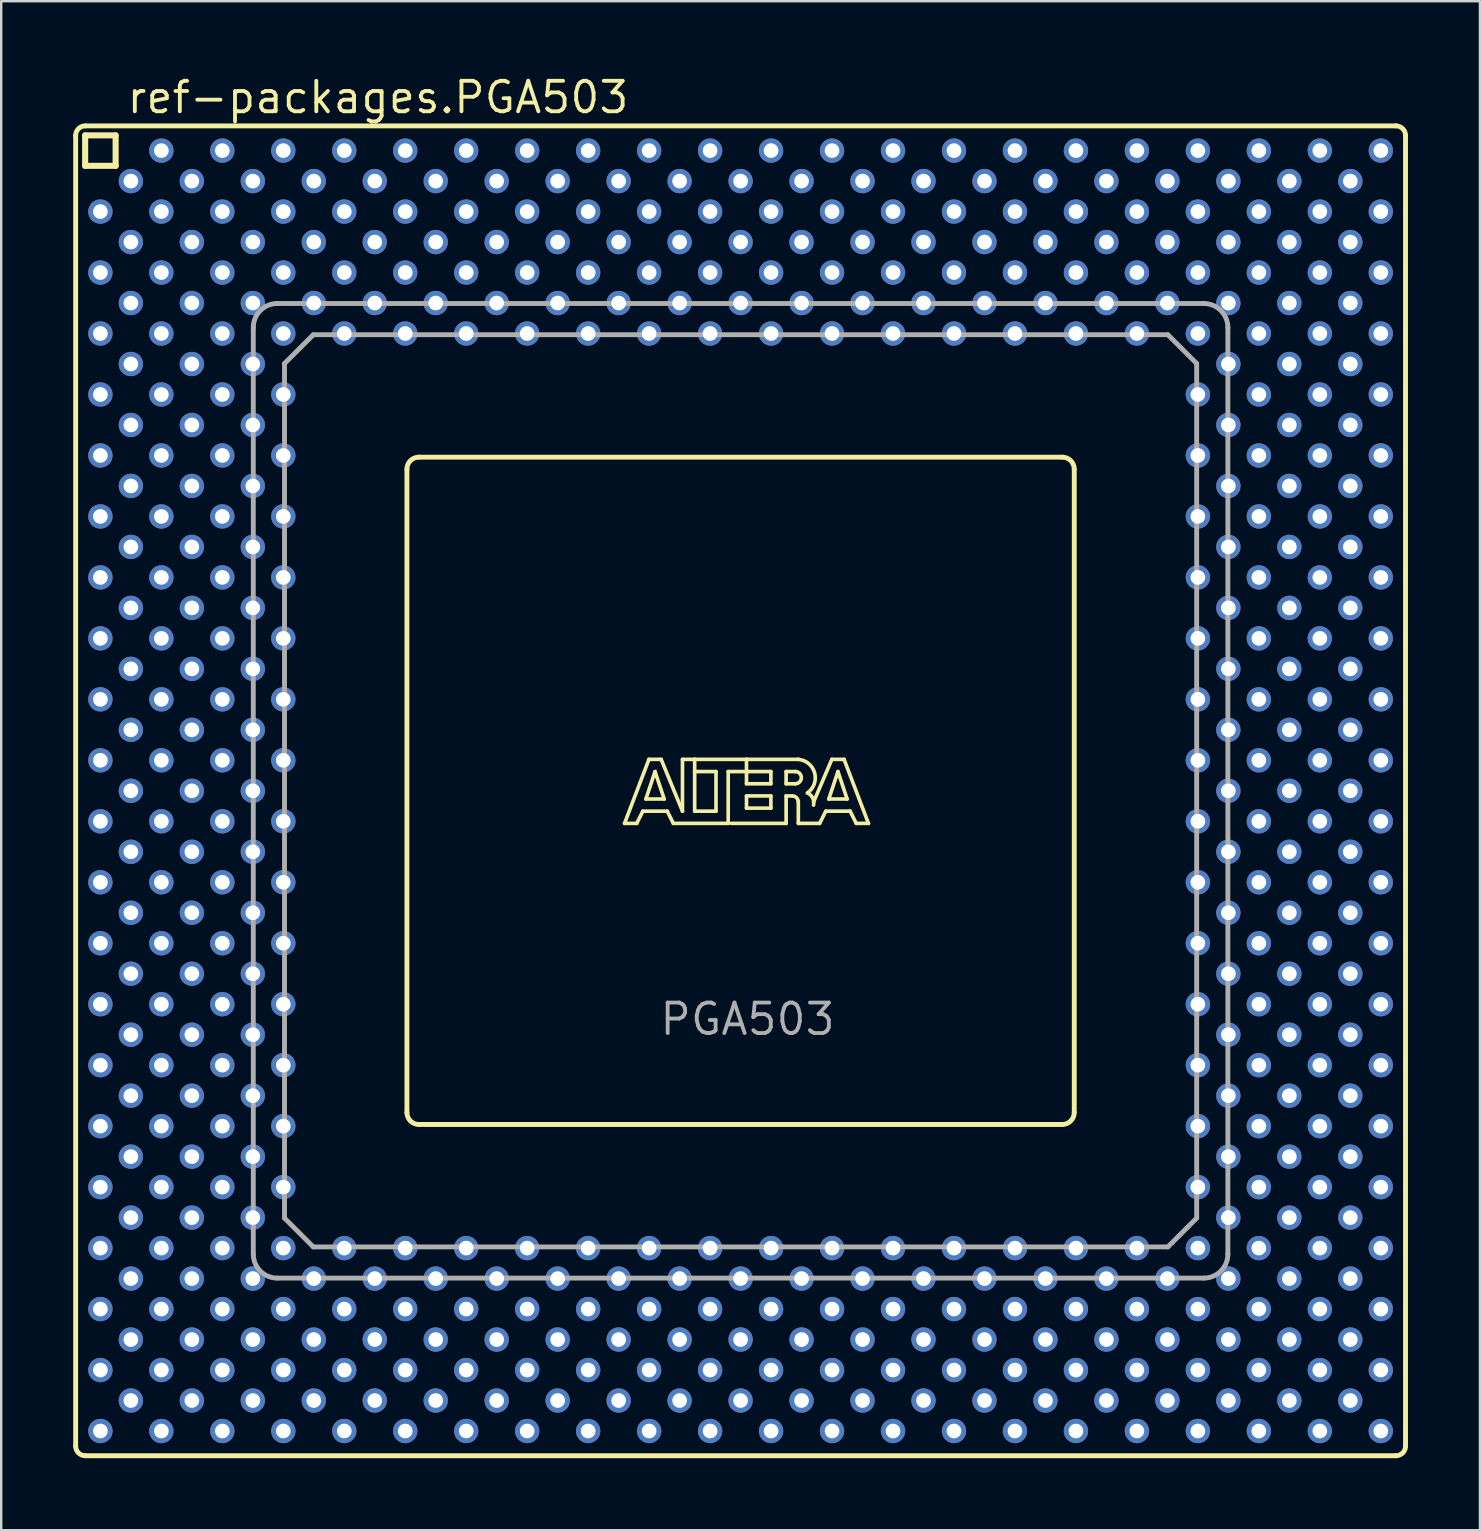
<source format=kicad_pcb>
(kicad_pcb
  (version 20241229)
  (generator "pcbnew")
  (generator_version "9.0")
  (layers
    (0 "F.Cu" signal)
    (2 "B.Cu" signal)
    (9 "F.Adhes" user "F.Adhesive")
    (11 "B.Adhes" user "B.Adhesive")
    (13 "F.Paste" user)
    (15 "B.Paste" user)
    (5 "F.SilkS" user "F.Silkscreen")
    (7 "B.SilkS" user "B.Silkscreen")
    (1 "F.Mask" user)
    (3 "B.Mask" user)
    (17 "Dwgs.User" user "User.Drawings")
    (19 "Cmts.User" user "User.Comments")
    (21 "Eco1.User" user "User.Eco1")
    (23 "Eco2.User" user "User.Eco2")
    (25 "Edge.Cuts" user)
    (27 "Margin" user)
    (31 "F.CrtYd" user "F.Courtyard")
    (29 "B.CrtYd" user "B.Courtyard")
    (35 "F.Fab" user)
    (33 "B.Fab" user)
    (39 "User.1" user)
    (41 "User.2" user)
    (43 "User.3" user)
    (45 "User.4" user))
  (footprint "ref-packages.PGA503"
    (layer "F.Cu")
    (at 27.802 29.894)
    (property "Reference" "ref-packages.PGA503" (at -25.643 -28.144 0) (layer "F.SilkS") (effects (font (size 1.27 1.27) (thickness 0.16)) (justify left bottom)))
    (attr through_hole)
    (fp_line (start -27.7 -27.3) (end -27.7 27.3) (stroke (width 0.203) (type default)) (layer "F.SilkS"))
    (fp_line (start -27.305 -27.305) (end -27.305 -26.035) (stroke (width 0.254) (type default)) (layer "F.SilkS"))
    (fp_line (start -27.305 -26.035) (end -26.035 -26.035) (stroke (width 0.254) (type default)) (layer "F.SilkS"))
    (fp_line (start -27.3 27.7) (end 27.3 27.7) (stroke (width 0.203) (type default)) (layer "F.SilkS"))
    (fp_line (start -26.035 -27.305) (end -27.305 -27.305) (stroke (width 0.254) (type default)) (layer "F.SilkS"))
    (fp_line (start -26.035 -26.035) (end -26.035 -27.305) (stroke (width 0.254) (type default)) (layer "F.SilkS"))
    (fp_line (start -13.9 -13.4) (end -13.9 13.4) (stroke (width 0.203) (type default)) (layer "F.SilkS"))
    (fp_line (start -13.4 13.9) (end 13.4 13.9) (stroke (width 0.203) (type default)) (layer "F.SilkS"))
    (fp_line (start -4.834 1.357) (end -3.818 -1.31) (stroke (width 0.152) (type default)) (layer "F.SilkS"))
    (fp_line (start -4.326 1.357) (end -4.834 1.357) (stroke (width 0.152) (type default)) (layer "F.SilkS"))
    (fp_line (start -4.072 0.849) (end -4.326 1.357) (stroke (width 0.152) (type default)) (layer "F.SilkS"))
    (fp_line (start -3.945 0.341) (end -3.183 0.341) (stroke (width 0.152) (type default)) (layer "F.SilkS"))
    (fp_line (start -3.818 -1.31) (end -3.31 -1.31) (stroke (width 0.152) (type default)) (layer "F.SilkS"))
    (fp_line (start -3.564 -0.802) (end -3.945 0.341) (stroke (width 0.152) (type default)) (layer "F.SilkS"))
    (fp_line (start -3.31 -1.31) (end -2.421 0.849) (stroke (width 0.152) (type default)) (layer "F.SilkS"))
    (fp_line (start -3.183 0.341) (end -3.564 -0.802) (stroke (width 0.152) (type default)) (layer "F.SilkS"))
    (fp_line (start -3.056 0.849) (end -4.072 0.849) (stroke (width 0.152) (type default)) (layer "F.SilkS"))
    (fp_line (start -2.802 1.357) (end -3.056 0.849) (stroke (width 0.152) (type default)) (layer "F.SilkS"))
    (fp_line (start -2.421 -1.31) (end -1.913 -1.31) (stroke (width 0.152) (type default)) (layer "F.SilkS"))
    (fp_line (start -2.421 0.849) (end -2.421 -1.31) (stroke (width 0.152) (type default)) (layer "F.SilkS"))
    (fp_line (start -1.913 -1.31) (end -1.913 -0.802) (stroke (width 0.152) (type default)) (layer "F.SilkS"))
    (fp_line (start -1.913 -1.31) (end 0.246 -1.31) (stroke (width 0.152) (type default)) (layer "F.SilkS"))
    (fp_line (start -1.913 -0.802) (end -1.913 0.849) (stroke (width 0.152) (type default)) (layer "F.SilkS"))
    (fp_line (start -1.913 0.849) (end -1.024 0.849) (stroke (width 0.152) (type default)) (layer "F.SilkS"))
    (fp_line (start -1.024 -0.802) (end -1.913 -0.802) (stroke (width 0.152) (type default)) (layer "F.SilkS"))
    (fp_line (start -1.024 0.849) (end -1.024 -0.802) (stroke (width 0.152) (type default)) (layer "F.SilkS"))
    (fp_line (start -0.516 -0.802) (end -0.516 1.357) (stroke (width 0.152) (type default)) (layer "F.SilkS"))
    (fp_line (start -0.516 1.357) (end -2.802 1.357) (stroke (width 0.152) (type default)) (layer "F.SilkS"))
    (fp_line (start 0.246 -1.31) (end 0.246 -0.802) (stroke (width 0.152) (type default)) (layer "F.SilkS"))
    (fp_line (start 0.246 -1.31) (end 2.405 -1.31) (stroke (width 0.152) (type default)) (layer "F.SilkS"))
    (fp_line (start 0.246 -0.802) (end -0.516 -0.802) (stroke (width 0.152) (type default)) (layer "F.SilkS"))
    (fp_line (start 0.246 -0.802) (end 0.246 -0.294) (stroke (width 0.152) (type default)) (layer "F.SilkS"))
    (fp_line (start 0.246 -0.294) (end 1.262 -0.294) (stroke (width 0.152) (type default)) (layer "F.SilkS"))
    (fp_line (start 0.246 0.214) (end 1.262 0.214) (stroke (width 0.152) (type default)) (layer "F.SilkS"))
    (fp_line (start 0.246 0.722) (end 0.246 0.214) (stroke (width 0.152) (type default)) (layer "F.SilkS"))
    (fp_line (start 1.262 -0.802) (end 0.246 -0.802) (stroke (width 0.152) (type default)) (layer "F.SilkS"))
    (fp_line (start 1.262 -0.294) (end 1.262 -0.802) (stroke (width 0.152) (type default)) (layer "F.SilkS"))
    (fp_line (start 1.262 0.214) (end 1.262 0.722) (stroke (width 0.152) (type default)) (layer "F.SilkS"))
    (fp_line (start 1.262 0.722) (end 0.246 0.722) (stroke (width 0.152) (type default)) (layer "F.SilkS"))
    (fp_line (start 1.897 -0.802) (end 1.897 -0.294) (stroke (width 0.152) (type default)) (layer "F.SilkS"))
    (fp_line (start 1.897 -0.294) (end 2.278 -0.294) (stroke (width 0.152) (type default)) (layer "F.SilkS"))
    (fp_line (start 1.897 0.214) (end 1.897 1.357) (stroke (width 0.152) (type default)) (layer "F.SilkS"))
    (fp_line (start 1.897 0.214) (end 2.151 0.214) (stroke (width 0.152) (type default)) (layer "F.SilkS"))
    (fp_line (start 1.897 1.357) (end -0.389 1.357) (stroke (width 0.152) (type default)) (layer "F.SilkS"))
    (fp_line (start 2.278 -0.802) (end 1.897 -0.802) (stroke (width 0.152) (type default)) (layer "F.SilkS"))
    (fp_line (start 2.405 0.468) (end 2.405 1.357) (stroke (width 0.152) (type default)) (layer "F.SilkS"))
    (fp_line (start 2.405 1.357) (end 3.294 1.357) (stroke (width 0.152) (type default)) (layer "F.SilkS"))
    (fp_line (start 3.294 1.357) (end 3.548 0.849) (stroke (width 0.152) (type default)) (layer "F.SilkS"))
    (fp_line (start 3.548 0.849) (end 4.564 0.849) (stroke (width 0.152) (type default)) (layer "F.SilkS"))
    (fp_line (start 3.675 0.341) (end 4.056 -0.802) (stroke (width 0.152) (type default)) (layer "F.SilkS"))
    (fp_line (start 3.802 -1.31) (end 3.04 0.468) (stroke (width 0.152) (type default)) (layer "F.SilkS"))
    (fp_line (start 4.056 -0.802) (end 4.437 0.341) (stroke (width 0.152) (type default)) (layer "F.SilkS"))
    (fp_line (start 4.31 -1.31) (end 3.802 -1.31) (stroke (width 0.152) (type default)) (layer "F.SilkS"))
    (fp_line (start 4.437 0.341) (end 3.675 0.341) (stroke (width 0.152) (type default)) (layer "F.SilkS"))
    (fp_line (start 4.564 0.849) (end 4.818 1.357) (stroke (width 0.152) (type default)) (layer "F.SilkS"))
    (fp_line (start 4.818 1.357) (end 5.326 1.357) (stroke (width 0.152) (type default)) (layer "F.SilkS"))
    (fp_line (start 5.326 1.357) (end 4.31 -1.31) (stroke (width 0.152) (type default)) (layer "F.SilkS"))
    (fp_line (start 13.4 -13.9) (end -13.4 -13.9) (stroke (width 0.203) (type default)) (layer "F.SilkS"))
    (fp_line (start 13.9 13.4) (end 13.9 -13.4) (stroke (width 0.203) (type default)) (layer "F.SilkS"))
    (fp_line (start 27.3 -27.7) (end -27.3 -27.7) (stroke (width 0.203) (type default)) (layer "F.SilkS"))
    (fp_line (start 27.7 27.3) (end 27.7 -27.3) (stroke (width 0.203) (type default)) (layer "F.SilkS"))
    (fp_arc (start -27.7 -27.3) (mid -27.582813 -27.582913) (end -27.2999 -27.7001) (stroke (width 0.2032) (type default)) (layer "F.SilkS"))
    (fp_arc (start -27.2999 27.7001) (mid -27.582813 27.582913) (end -27.7 27.3) (stroke (width 0.2032) (type default)) (layer "F.SilkS"))
    (fp_arc (start -13.9 -13.4) (mid -13.753607 -13.753624) (end -13.4001 -13.9003) (stroke (width 0.2032) (type default)) (layer "F.SilkS"))
    (fp_arc (start -13.4001 13.9) (mid -13.753589 13.753518) (end -13.9 13.4) (stroke (width 0.2032) (type default)) (layer "F.SilkS"))
    (fp_arc (start 2.151 0.214) (mid 2.330605 0.288395) (end 2.405 0.468) (stroke (width 0.1524) (type default)) (layer "F.SilkS"))
    (fp_arc (start 2.278 -0.802) (mid 2.532 -0.548) (end 2.278 -0.294) (stroke (width 0.1524) (type default)) (layer "F.SilkS"))
    (fp_arc (start 2.405 -1.31) (mid 3.084953 -0.74477) (end 2.7861 0.0874) (stroke (width 0.1524) (type default)) (layer "F.SilkS"))
    (fp_arc (start 2.7861 0.0871) (mid 3.002081 0.296587) (end 3.0398 0.5951) (stroke (width 0.1524) (type default)) (layer "F.SilkS"))
    (fp_arc (start 13.4 -13.9) (mid 13.753624 -13.753607) (end 13.9003 -13.4001) (stroke (width 0.2032) (type default)) (layer "F.SilkS"))
    (fp_arc (start 13.9 13.4001) (mid 13.753518 13.753589) (end 13.4 13.9) (stroke (width 0.2032) (type default)) (layer "F.SilkS"))
    (fp_arc (start 27.3 -27.7) (mid 27.582913 -27.582813) (end 27.7001 -27.2999) (stroke (width 0.2032) (type default)) (layer "F.SilkS"))
    (fp_arc (start 27.7001 27.2999) (mid 27.582913 27.582813) (end 27.3 27.7) (stroke (width 0.2032) (type default)) (layer "F.SilkS"))
    (fp_line (start -20.3 -19.3) (end -20.3 19.3) (stroke (width 0.203) (type default)) (layer "F.Fab"))
    (fp_line (start -19.3 20.3) (end 19.3 20.3) (stroke (width 0.203) (type default)) (layer "F.Fab"))
    (fp_line (start -19 -17.8) (end -19 17.8) (stroke (width 0.203) (type default)) (layer "F.Fab"))
    (fp_line (start -19 -17.8) (end -17.8 -19) (stroke (width 0.203) (type default)) (layer "F.Fab"))
    (fp_line (start -17.8 19) (end -19 17.8) (stroke (width 0.203) (type default)) (layer "F.Fab"))
    (fp_line (start -17.8 19) (end 17.8 19) (stroke (width 0.203) (type default)) (layer "F.Fab"))
    (fp_line (start 17.8 -19) (end -17.8 -19) (stroke (width 0.203) (type default)) (layer "F.Fab"))
    (fp_line (start 17.8 -19) (end 19 -17.8) (stroke (width 0.203) (type default)) (layer "F.Fab"))
    (fp_line (start 19 17.8) (end 17.8 19) (stroke (width 0.203) (type default)) (layer "F.Fab"))
    (fp_line (start 19 17.8) (end 19 -17.8) (stroke (width 0.203) (type default)) (layer "F.Fab"))
    (fp_line (start 19.3 -20.3) (end -19.3 -20.3) (stroke (width 0.203) (type default)) (layer "F.Fab"))
    (fp_line (start 20.3 19.3) (end 20.3 -19.3) (stroke (width 0.203) (type default)) (layer "F.Fab"))
    (fp_arc (start -20.3 -19.3) (mid -20.007107 -20.007107) (end -19.3 -20.3) (stroke (width 0.2032) (type default)) (layer "F.Fab"))
    (fp_arc (start -19.3 20.3) (mid -20.007107 20.007107) (end -20.3 19.3) (stroke (width 0.2032) (type default)) (layer "F.Fab"))
    (fp_arc (start 19.3 -20.3) (mid 20.007107 -20.007107) (end 20.3 -19.3) (stroke (width 0.2032) (type default)) (layer "F.Fab"))
    (fp_arc (start 20.3 19.3) (mid 20.007107 20.007107) (end 19.3 20.3) (stroke (width 0.2032) (type default)) (layer "F.Fab"))
    (fp_text user "PGA503" (at -3.445 10.255 0) (layer "F.Fab") (effects (font (size 1.27 1.27) (thickness 0.16)) (justify left bottom)))
    (pad "A3" thru_hole circle (at -24.13 -26.67) (size 1.016 1.016) (drill 0.61) (layers "*.Cu" "*.Mask"))
    (pad "A5" thru_hole circle (at -21.59 -26.67) (size 1.016 1.016) (drill 0.61) (layers "*.Cu" "*.Mask"))
    (pad "A7" thru_hole circle (at -19.05 -26.67) (size 1.016 1.016) (drill 0.61) (layers "*.Cu" "*.Mask"))
    (pad "A9" thru_hole circle (at -16.51 -26.67) (size 1.016 1.016) (drill 0.61) (layers "*.Cu" "*.Mask"))
    (pad "A11" thru_hole circle (at -13.97 -26.67) (size 1.016 1.016) (drill 0.61) (layers "*.Cu" "*.Mask"))
    (pad "A13" thru_hole circle (at -11.43 -26.67) (size 1.016 1.016) (drill 0.61) (layers "*.Cu" "*.Mask"))
    (pad "A15" thru_hole circle (at -8.89 -26.67) (size 1.016 1.016) (drill 0.61) (layers "*.Cu" "*.Mask"))
    (pad "A17" thru_hole circle (at -6.35 -26.67) (size 1.016 1.016) (drill 0.61) (layers "*.Cu" "*.Mask"))
    (pad "A19" thru_hole circle (at -3.81 -26.67) (size 1.016 1.016) (drill 0.61) (layers "*.Cu" "*.Mask"))
    (pad "A21" thru_hole circle (at -1.27 -26.67) (size 1.016 1.016) (drill 0.61) (layers "*.Cu" "*.Mask"))
    (pad "A23" thru_hole circle (at 1.27 -26.67) (size 1.016 1.016) (drill 0.61) (layers "*.Cu" "*.Mask"))
    (pad "A25" thru_hole circle (at 3.81 -26.67) (size 1.016 1.016) (drill 0.61) (layers "*.Cu" "*.Mask"))
    (pad "A27" thru_hole circle (at 6.35 -26.67) (size 1.016 1.016) (drill 0.61) (layers "*.Cu" "*.Mask"))
    (pad "A29" thru_hole circle (at 8.89 -26.67) (size 1.016 1.016) (drill 0.61) (layers "*.Cu" "*.Mask"))
    (pad "A31" thru_hole circle (at 11.43 -26.67) (size 1.016 1.016) (drill 0.61) (layers "*.Cu" "*.Mask"))
    (pad "A33" thru_hole circle (at 13.97 -26.67) (size 1.016 1.016) (drill 0.61) (layers "*.Cu" "*.Mask"))
    (pad "A35" thru_hole circle (at 16.51 -26.67) (size 1.016 1.016) (drill 0.61) (layers "*.Cu" "*.Mask"))
    (pad "A37" thru_hole circle (at 19.05 -26.67) (size 1.016 1.016) (drill 0.61) (layers "*.Cu" "*.Mask"))
    (pad "A39" thru_hole circle (at 21.59 -26.67) (size 1.016 1.016) (drill 0.61) (layers "*.Cu" "*.Mask"))
    (pad "A41" thru_hole circle (at 24.13 -26.67) (size 1.016 1.016) (drill 0.61) (layers "*.Cu" "*.Mask"))
    (pad "A43" thru_hole circle (at 26.67 -26.67) (size 1.016 1.016) (drill 0.61) (layers "*.Cu" "*.Mask"))
    (pad "AA1" thru_hole circle (at -26.67 -1.27) (size 1.016 1.016) (drill 0.61) (layers "*.Cu" "*.Mask"))
    (pad "AA3" thru_hole circle (at -24.13 -1.27) (size 1.016 1.016) (drill 0.61) (layers "*.Cu" "*.Mask"))
    (pad "AA5" thru_hole circle (at -21.59 -1.27) (size 1.016 1.016) (drill 0.61) (layers "*.Cu" "*.Mask"))
    (pad "AA7" thru_hole circle (at -19.05 -1.27) (size 1.016 1.016) (drill 0.61) (layers "*.Cu" "*.Mask"))
    (pad "AA37" thru_hole circle (at 19.05 -1.27) (size 1.016 1.016) (drill 0.61) (layers "*.Cu" "*.Mask"))
    (pad "AA39" thru_hole circle (at 21.59 -1.27) (size 1.016 1.016) (drill 0.61) (layers "*.Cu" "*.Mask"))
    (pad "AA41" thru_hole circle (at 24.13 -1.27) (size 1.016 1.016) (drill 0.61) (layers "*.Cu" "*.Mask"))
    (pad "AA43" thru_hole circle (at 26.67 -1.27) (size 1.016 1.016) (drill 0.61) (layers "*.Cu" "*.Mask"))
    (pad "AB2" thru_hole circle (at -25.4 0) (size 1.016 1.016) (drill 0.61) (layers "*.Cu" "*.Mask"))
    (pad "AB4" thru_hole circle (at -22.86 0) (size 1.016 1.016) (drill 0.61) (layers "*.Cu" "*.Mask"))
    (pad "AB6" thru_hole circle (at -20.32 0) (size 1.016 1.016) (drill 0.61) (layers "*.Cu" "*.Mask"))
    (pad "AB38" thru_hole circle (at 20.32 0) (size 1.016 1.016) (drill 0.61) (layers "*.Cu" "*.Mask"))
    (pad "AB40" thru_hole circle (at 22.86 0) (size 1.016 1.016) (drill 0.61) (layers "*.Cu" "*.Mask"))
    (pad "AB42" thru_hole circle (at 25.4 0) (size 1.016 1.016) (drill 0.61) (layers "*.Cu" "*.Mask"))
    (pad "AC1" thru_hole circle (at -26.67 1.27) (size 1.016 1.016) (drill 0.61) (layers "*.Cu" "*.Mask"))
    (pad "AC3" thru_hole circle (at -24.13 1.27) (size 1.016 1.016) (drill 0.61) (layers "*.Cu" "*.Mask"))
    (pad "AC5" thru_hole circle (at -21.59 1.27) (size 1.016 1.016) (drill 0.61) (layers "*.Cu" "*.Mask"))
    (pad "AC7" thru_hole circle (at -19.05 1.27) (size 1.016 1.016) (drill 0.61) (layers "*.Cu" "*.Mask"))
    (pad "AC37" thru_hole circle (at 19.05 1.27) (size 1.016 1.016) (drill 0.61) (layers "*.Cu" "*.Mask"))
    (pad "AC39" thru_hole circle (at 21.59 1.27) (size 1.016 1.016) (drill 0.61) (layers "*.Cu" "*.Mask"))
    (pad "AC41" thru_hole circle (at 24.13 1.27) (size 1.016 1.016) (drill 0.61) (layers "*.Cu" "*.Mask"))
    (pad "AC43" thru_hole circle (at 26.67 1.27) (size 1.016 1.016) (drill 0.61) (layers "*.Cu" "*.Mask"))
    (pad "AD2" thru_hole circle (at -25.4 2.54) (size 1.016 1.016) (drill 0.61) (layers "*.Cu" "*.Mask"))
    (pad "AD4" thru_hole circle (at -22.86 2.54) (size 1.016 1.016) (drill 0.61) (layers "*.Cu" "*.Mask"))
    (pad "AD6" thru_hole circle (at -20.32 2.54) (size 1.016 1.016) (drill 0.61) (layers "*.Cu" "*.Mask"))
    (pad "AD38" thru_hole circle (at 20.32 2.54) (size 1.016 1.016) (drill 0.61) (layers "*.Cu" "*.Mask"))
    (pad "AD40" thru_hole circle (at 22.86 2.54) (size 1.016 1.016) (drill 0.61) (layers "*.Cu" "*.Mask"))
    (pad "AD42" thru_hole circle (at 25.4 2.54) (size 1.016 1.016) (drill 0.61) (layers "*.Cu" "*.Mask"))
    (pad "AE1" thru_hole circle (at -26.67 3.81) (size 1.016 1.016) (drill 0.61) (layers "*.Cu" "*.Mask"))
    (pad "AE3" thru_hole circle (at -24.13 3.81) (size 1.016 1.016) (drill 0.61) (layers "*.Cu" "*.Mask"))
    (pad "AE5" thru_hole circle (at -21.59 3.81) (size 1.016 1.016) (drill 0.61) (layers "*.Cu" "*.Mask"))
    (pad "AE7" thru_hole circle (at -19.05 3.81) (size 1.016 1.016) (drill 0.61) (layers "*.Cu" "*.Mask"))
    (pad "AE37" thru_hole circle (at 19.05 3.81) (size 1.016 1.016) (drill 0.61) (layers "*.Cu" "*.Mask"))
    (pad "AE39" thru_hole circle (at 21.59 3.81) (size 1.016 1.016) (drill 0.61) (layers "*.Cu" "*.Mask"))
    (pad "AE41" thru_hole circle (at 24.13 3.81) (size 1.016 1.016) (drill 0.61) (layers "*.Cu" "*.Mask"))
    (pad "AE43" thru_hole circle (at 26.67 3.81) (size 1.016 1.016) (drill 0.61) (layers "*.Cu" "*.Mask"))
    (pad "AF2" thru_hole circle (at -25.4 5.08) (size 1.016 1.016) (drill 0.61) (layers "*.Cu" "*.Mask"))
    (pad "AF4" thru_hole circle (at -22.86 5.08) (size 1.016 1.016) (drill 0.61) (layers "*.Cu" "*.Mask"))
    (pad "AF6" thru_hole circle (at -20.32 5.08) (size 1.016 1.016) (drill 0.61) (layers "*.Cu" "*.Mask"))
    (pad "AF38" thru_hole circle (at 20.32 5.08) (size 1.016 1.016) (drill 0.61) (layers "*.Cu" "*.Mask"))
    (pad "AF40" thru_hole circle (at 22.86 5.08) (size 1.016 1.016) (drill 0.61) (layers "*.Cu" "*.Mask"))
    (pad "AF42" thru_hole circle (at 25.4 5.08) (size 1.016 1.016) (drill 0.61) (layers "*.Cu" "*.Mask"))
    (pad "AG1" thru_hole circle (at -26.67 6.35) (size 1.016 1.016) (drill 0.61) (layers "*.Cu" "*.Mask"))
    (pad "AG3" thru_hole circle (at -24.13 6.35) (size 1.016 1.016) (drill 0.61) (layers "*.Cu" "*.Mask"))
    (pad "AG5" thru_hole circle (at -21.59 6.35) (size 1.016 1.016) (drill 0.61) (layers "*.Cu" "*.Mask"))
    (pad "AG7" thru_hole circle (at -19.05 6.35) (size 1.016 1.016) (drill 0.61) (layers "*.Cu" "*.Mask"))
    (pad "AG37" thru_hole circle (at 19.05 6.35) (size 1.016 1.016) (drill 0.61) (layers "*.Cu" "*.Mask"))
    (pad "AG39" thru_hole circle (at 21.59 6.35) (size 1.016 1.016) (drill 0.61) (layers "*.Cu" "*.Mask"))
    (pad "AG41" thru_hole circle (at 24.13 6.35) (size 1.016 1.016) (drill 0.61) (layers "*.Cu" "*.Mask"))
    (pad "AG43" thru_hole circle (at 26.67 6.35) (size 1.016 1.016) (drill 0.61) (layers "*.Cu" "*.Mask"))
    (pad "AH2" thru_hole circle (at -25.4 7.62) (size 1.016 1.016) (drill 0.61) (layers "*.Cu" "*.Mask"))
    (pad "AH4" thru_hole circle (at -22.86 7.62) (size 1.016 1.016) (drill 0.61) (layers "*.Cu" "*.Mask"))
    (pad "AH6" thru_hole circle (at -20.32 7.62) (size 1.016 1.016) (drill 0.61) (layers "*.Cu" "*.Mask"))
    (pad "AH38" thru_hole circle (at 20.32 7.62) (size 1.016 1.016) (drill 0.61) (layers "*.Cu" "*.Mask"))
    (pad "AH40" thru_hole circle (at 22.86 7.62) (size 1.016 1.016) (drill 0.61) (layers "*.Cu" "*.Mask"))
    (pad "AH42" thru_hole circle (at 25.4 7.62) (size 1.016 1.016) (drill 0.61) (layers "*.Cu" "*.Mask"))
    (pad "AJ1" thru_hole circle (at -26.67 8.89) (size 1.016 1.016) (drill 0.61) (layers "*.Cu" "*.Mask"))
    (pad "AJ3" thru_hole circle (at -24.13 8.89) (size 1.016 1.016) (drill 0.61) (layers "*.Cu" "*.Mask"))
    (pad "AJ5" thru_hole circle (at -21.59 8.89) (size 1.016 1.016) (drill 0.61) (layers "*.Cu" "*.Mask"))
    (pad "AJ7" thru_hole circle (at -19.05 8.89) (size 1.016 1.016) (drill 0.61) (layers "*.Cu" "*.Mask"))
    (pad "AJ37" thru_hole circle (at 19.05 8.89) (size 1.016 1.016) (drill 0.61) (layers "*.Cu" "*.Mask"))
    (pad "AJ39" thru_hole circle (at 21.59 8.89) (size 1.016 1.016) (drill 0.61) (layers "*.Cu" "*.Mask"))
    (pad "AJ41" thru_hole circle (at 24.13 8.89) (size 1.016 1.016) (drill 0.61) (layers "*.Cu" "*.Mask"))
    (pad "AJ43" thru_hole circle (at 26.67 8.89) (size 1.016 1.016) (drill 0.61) (layers "*.Cu" "*.Mask"))
    (pad "AK2" thru_hole circle (at -25.4 10.16) (size 1.016 1.016) (drill 0.61) (layers "*.Cu" "*.Mask"))
    (pad "AK4" thru_hole circle (at -22.86 10.16) (size 1.016 1.016) (drill 0.61) (layers "*.Cu" "*.Mask"))
    (pad "AK6" thru_hole circle (at -20.32 10.16) (size 1.016 1.016) (drill 0.61) (layers "*.Cu" "*.Mask"))
    (pad "AK38" thru_hole circle (at 20.32 10.16) (size 1.016 1.016) (drill 0.61) (layers "*.Cu" "*.Mask"))
    (pad "AK40" thru_hole circle (at 22.86 10.16) (size 1.016 1.016) (drill 0.61) (layers "*.Cu" "*.Mask"))
    (pad "AK42" thru_hole circle (at 25.4 10.16) (size 1.016 1.016) (drill 0.61) (layers "*.Cu" "*.Mask"))
    (pad "AL1" thru_hole circle (at -26.67 11.43) (size 1.016 1.016) (drill 0.61) (layers "*.Cu" "*.Mask"))
    (pad "AL3" thru_hole circle (at -24.13 11.43) (size 1.016 1.016) (drill 0.61) (layers "*.Cu" "*.Mask"))
    (pad "AL5" thru_hole circle (at -21.59 11.43) (size 1.016 1.016) (drill 0.61) (layers "*.Cu" "*.Mask"))
    (pad "AL7" thru_hole circle (at -19.05 11.43) (size 1.016 1.016) (drill 0.61) (layers "*.Cu" "*.Mask"))
    (pad "AL37" thru_hole circle (at 19.05 11.43) (size 1.016 1.016) (drill 0.61) (layers "*.Cu" "*.Mask"))
    (pad "AL39" thru_hole circle (at 21.59 11.43) (size 1.016 1.016) (drill 0.61) (layers "*.Cu" "*.Mask"))
    (pad "AL41" thru_hole circle (at 24.13 11.43) (size 1.016 1.016) (drill 0.61) (layers "*.Cu" "*.Mask"))
    (pad "AL43" thru_hole circle (at 26.67 11.43) (size 1.016 1.016) (drill 0.61) (layers "*.Cu" "*.Mask"))
    (pad "AM2" thru_hole circle (at -25.4 12.7) (size 1.016 1.016) (drill 0.61) (layers "*.Cu" "*.Mask"))
    (pad "AM4" thru_hole circle (at -22.86 12.7) (size 1.016 1.016) (drill 0.61) (layers "*.Cu" "*.Mask"))
    (pad "AM6" thru_hole circle (at -20.32 12.7) (size 1.016 1.016) (drill 0.61) (layers "*.Cu" "*.Mask"))
    (pad "AM38" thru_hole circle (at 20.32 12.7) (size 1.016 1.016) (drill 0.61) (layers "*.Cu" "*.Mask"))
    (pad "AM40" thru_hole circle (at 22.86 12.7) (size 1.016 1.016) (drill 0.61) (layers "*.Cu" "*.Mask"))
    (pad "AM42" thru_hole circle (at 25.4 12.7) (size 1.016 1.016) (drill 0.61) (layers "*.Cu" "*.Mask"))
    (pad "AN1" thru_hole circle (at -26.67 13.97) (size 1.016 1.016) (drill 0.61) (layers "*.Cu" "*.Mask"))
    (pad "AN3" thru_hole circle (at -24.13 13.97) (size 1.016 1.016) (drill 0.61) (layers "*.Cu" "*.Mask"))
    (pad "AN5" thru_hole circle (at -21.59 13.97) (size 1.016 1.016) (drill 0.61) (layers "*.Cu" "*.Mask"))
    (pad "AN7" thru_hole circle (at -19.05 13.97) (size 1.016 1.016) (drill 0.61) (layers "*.Cu" "*.Mask"))
    (pad "AN37" thru_hole circle (at 19.05 13.97) (size 1.016 1.016) (drill 0.61) (layers "*.Cu" "*.Mask"))
    (pad "AN39" thru_hole circle (at 21.59 13.97) (size 1.016 1.016) (drill 0.61) (layers "*.Cu" "*.Mask"))
    (pad "AN41" thru_hole circle (at 24.13 13.97) (size 1.016 1.016) (drill 0.61) (layers "*.Cu" "*.Mask"))
    (pad "AN43" thru_hole circle (at 26.67 13.97) (size 1.016 1.016) (drill 0.61) (layers "*.Cu" "*.Mask"))
    (pad "AP2" thru_hole circle (at -25.4 15.24) (size 1.016 1.016) (drill 0.61) (layers "*.Cu" "*.Mask"))
    (pad "AP4" thru_hole circle (at -22.86 15.24) (size 1.016 1.016) (drill 0.61) (layers "*.Cu" "*.Mask"))
    (pad "AP6" thru_hole circle (at -20.32 15.24) (size 1.016 1.016) (drill 0.61) (layers "*.Cu" "*.Mask"))
    (pad "AP38" thru_hole circle (at 20.32 15.24) (size 1.016 1.016) (drill 0.61) (layers "*.Cu" "*.Mask"))
    (pad "AP40" thru_hole circle (at 22.86 15.24) (size 1.016 1.016) (drill 0.61) (layers "*.Cu" "*.Mask"))
    (pad "AP42" thru_hole circle (at 25.4 15.24) (size 1.016 1.016) (drill 0.61) (layers "*.Cu" "*.Mask"))
    (pad "AR1" thru_hole circle (at -26.67 16.51) (size 1.016 1.016) (drill 0.61) (layers "*.Cu" "*.Mask"))
    (pad "AR3" thru_hole circle (at -24.13 16.51) (size 1.016 1.016) (drill 0.61) (layers "*.Cu" "*.Mask"))
    (pad "AR5" thru_hole circle (at -21.59 16.51) (size 1.016 1.016) (drill 0.61) (layers "*.Cu" "*.Mask"))
    (pad "AR7" thru_hole circle (at -19.05 16.51) (size 1.016 1.016) (drill 0.61) (layers "*.Cu" "*.Mask"))
    (pad "AR37" thru_hole circle (at 19.05 16.51) (size 1.016 1.016) (drill 0.61) (layers "*.Cu" "*.Mask"))
    (pad "AR39" thru_hole circle (at 21.59 16.51) (size 1.016 1.016) (drill 0.61) (layers "*.Cu" "*.Mask"))
    (pad "AR41" thru_hole circle (at 24.13 16.51) (size 1.016 1.016) (drill 0.61) (layers "*.Cu" "*.Mask"))
    (pad "AR43" thru_hole circle (at 26.67 16.51) (size 1.016 1.016) (drill 0.61) (layers "*.Cu" "*.Mask"))
    (pad "AT2" thru_hole circle (at -25.4 17.78) (size 1.016 1.016) (drill 0.61) (layers "*.Cu" "*.Mask"))
    (pad "AT4" thru_hole circle (at -22.86 17.78) (size 1.016 1.016) (drill 0.61) (layers "*.Cu" "*.Mask"))
    (pad "AT6" thru_hole circle (at -20.32 17.78) (size 1.016 1.016) (drill 0.61) (layers "*.Cu" "*.Mask"))
    (pad "AT38" thru_hole circle (at 20.32 17.78) (size 1.016 1.016) (drill 0.61) (layers "*.Cu" "*.Mask"))
    (pad "AT40" thru_hole circle (at 22.86 17.78) (size 1.016 1.016) (drill 0.61) (layers "*.Cu" "*.Mask"))
    (pad "AT42" thru_hole circle (at 25.4 17.78) (size 1.016 1.016) (drill 0.61) (layers "*.Cu" "*.Mask"))
    (pad "AU1" thru_hole circle (at -26.67 19.05) (size 1.016 1.016) (drill 0.61) (layers "*.Cu" "*.Mask"))
    (pad "AU3" thru_hole circle (at -24.13 19.05) (size 1.016 1.016) (drill 0.61) (layers "*.Cu" "*.Mask"))
    (pad "AU5" thru_hole circle (at -21.59 19.05) (size 1.016 1.016) (drill 0.61) (layers "*.Cu" "*.Mask"))
    (pad "AU7" thru_hole circle (at -19.05 19.05) (size 1.016 1.016) (drill 0.61) (layers "*.Cu" "*.Mask"))
    (pad "AU9" thru_hole circle (at -16.51 19.05) (size 1.016 1.016) (drill 0.61) (layers "*.Cu" "*.Mask"))
    (pad "AU11" thru_hole circle (at -13.97 19.05) (size 1.016 1.016) (drill 0.61) (layers "*.Cu" "*.Mask"))
    (pad "AU13" thru_hole circle (at -11.43 19.05) (size 1.016 1.016) (drill 0.61) (layers "*.Cu" "*.Mask"))
    (pad "AU15" thru_hole circle (at -8.89 19.05) (size 1.016 1.016) (drill 0.61) (layers "*.Cu" "*.Mask"))
    (pad "AU17" thru_hole circle (at -6.35 19.05) (size 1.016 1.016) (drill 0.61) (layers "*.Cu" "*.Mask"))
    (pad "AU19" thru_hole circle (at -3.81 19.05) (size 1.016 1.016) (drill 0.61) (layers "*.Cu" "*.Mask"))
    (pad "AU21" thru_hole circle (at -1.27 19.05) (size 1.016 1.016) (drill 0.61) (layers "*.Cu" "*.Mask"))
    (pad "AU23" thru_hole circle (at 1.27 19.05) (size 1.016 1.016) (drill 0.61) (layers "*.Cu" "*.Mask"))
    (pad "AU25" thru_hole circle (at 3.81 19.05) (size 1.016 1.016) (drill 0.61) (layers "*.Cu" "*.Mask"))
    (pad "AU27" thru_hole circle (at 6.35 19.05) (size 1.016 1.016) (drill 0.61) (layers "*.Cu" "*.Mask"))
    (pad "AU29" thru_hole circle (at 8.89 19.05) (size 1.016 1.016) (drill 0.61) (layers "*.Cu" "*.Mask"))
    (pad "AU31" thru_hole circle (at 11.43 19.05) (size 1.016 1.016) (drill 0.61) (layers "*.Cu" "*.Mask"))
    (pad "AU33" thru_hole circle (at 13.97 19.05) (size 1.016 1.016) (drill 0.61) (layers "*.Cu" "*.Mask"))
    (pad "AU35" thru_hole circle (at 16.51 19.05) (size 1.016 1.016) (drill 0.61) (layers "*.Cu" "*.Mask"))
    (pad "AU37" thru_hole circle (at 19.05 19.05) (size 1.016 1.016) (drill 0.61) (layers "*.Cu" "*.Mask"))
    (pad "AU39" thru_hole circle (at 21.59 19.05) (size 1.016 1.016) (drill 0.61) (layers "*.Cu" "*.Mask"))
    (pad "AU41" thru_hole circle (at 24.13 19.05) (size 1.016 1.016) (drill 0.61) (layers "*.Cu" "*.Mask"))
    (pad "AU43" thru_hole circle (at 26.67 19.05) (size 1.016 1.016) (drill 0.61) (layers "*.Cu" "*.Mask"))
    (pad "AV2" thru_hole circle (at -25.4 20.32) (size 1.016 1.016) (drill 0.61) (layers "*.Cu" "*.Mask"))
    (pad "AV4" thru_hole circle (at -22.86 20.32) (size 1.016 1.016) (drill 0.61) (layers "*.Cu" "*.Mask"))
    (pad "AV6" thru_hole circle (at -20.32 20.32) (size 1.016 1.016) (drill 0.61) (layers "*.Cu" "*.Mask"))
    (pad "AV8" thru_hole circle (at -17.78 20.32) (size 1.016 1.016) (drill 0.61) (layers "*.Cu" "*.Mask"))
    (pad "AV10" thru_hole circle (at -15.24 20.32) (size 1.016 1.016) (drill 0.61) (layers "*.Cu" "*.Mask"))
    (pad "AV12" thru_hole circle (at -12.7 20.32) (size 1.016 1.016) (drill 0.61) (layers "*.Cu" "*.Mask"))
    (pad "AV14" thru_hole circle (at -10.16 20.32) (size 1.016 1.016) (drill 0.61) (layers "*.Cu" "*.Mask"))
    (pad "AV16" thru_hole circle (at -7.62 20.32) (size 1.016 1.016) (drill 0.61) (layers "*.Cu" "*.Mask"))
    (pad "AV18" thru_hole circle (at -5.08 20.32) (size 1.016 1.016) (drill 0.61) (layers "*.Cu" "*.Mask"))
    (pad "AV20" thru_hole circle (at -2.54 20.32) (size 1.016 1.016) (drill 0.61) (layers "*.Cu" "*.Mask"))
    (pad "AV22" thru_hole circle (at 0 20.32) (size 1.016 1.016) (drill 0.61) (layers "*.Cu" "*.Mask"))
    (pad "AV24" thru_hole circle (at 2.54 20.32) (size 1.016 1.016) (drill 0.61) (layers "*.Cu" "*.Mask"))
    (pad "AV26" thru_hole circle (at 5.08 20.32) (size 1.016 1.016) (drill 0.61) (layers "*.Cu" "*.Mask"))
    (pad "AV28" thru_hole circle (at 7.62 20.32) (size 1.016 1.016) (drill 0.61) (layers "*.Cu" "*.Mask"))
    (pad "AV30" thru_hole circle (at 10.16 20.32) (size 1.016 1.016) (drill 0.61) (layers "*.Cu" "*.Mask"))
    (pad "AV32" thru_hole circle (at 12.7 20.32) (size 1.016 1.016) (drill 0.61) (layers "*.Cu" "*.Mask"))
    (pad "AV34" thru_hole circle (at 15.24 20.32) (size 1.016 1.016) (drill 0.61) (layers "*.Cu" "*.Mask"))
    (pad "AV36" thru_hole circle (at 17.78 20.32) (size 1.016 1.016) (drill 0.61) (layers "*.Cu" "*.Mask"))
    (pad "AV38" thru_hole circle (at 20.32 20.32) (size 1.016 1.016) (drill 0.61) (layers "*.Cu" "*.Mask"))
    (pad "AV40" thru_hole circle (at 22.86 20.32) (size 1.016 1.016) (drill 0.61) (layers "*.Cu" "*.Mask"))
    (pad "AV42" thru_hole circle (at 25.4 20.32) (size 1.016 1.016) (drill 0.61) (layers "*.Cu" "*.Mask"))
    (pad "AW1" thru_hole circle (at -26.67 21.59) (size 1.016 1.016) (drill 0.61) (layers "*.Cu" "*.Mask"))
    (pad "AW3" thru_hole circle (at -24.13 21.59) (size 1.016 1.016) (drill 0.61) (layers "*.Cu" "*.Mask"))
    (pad "AW5" thru_hole circle (at -21.59 21.59) (size 1.016 1.016) (drill 0.61) (layers "*.Cu" "*.Mask"))
    (pad "AW7" thru_hole circle (at -19.05 21.59) (size 1.016 1.016) (drill 0.61) (layers "*.Cu" "*.Mask"))
    (pad "AW9" thru_hole circle (at -16.51 21.59) (size 1.016 1.016) (drill 0.61) (layers "*.Cu" "*.Mask"))
    (pad "AW11" thru_hole circle (at -13.97 21.59) (size 1.016 1.016) (drill 0.61) (layers "*.Cu" "*.Mask"))
    (pad "AW13" thru_hole circle (at -11.43 21.59) (size 1.016 1.016) (drill 0.61) (layers "*.Cu" "*.Mask"))
    (pad "AW15" thru_hole circle (at -8.89 21.59) (size 1.016 1.016) (drill 0.61) (layers "*.Cu" "*.Mask"))
    (pad "AW17" thru_hole circle (at -6.35 21.59) (size 1.016 1.016) (drill 0.61) (layers "*.Cu" "*.Mask"))
    (pad "AW19" thru_hole circle (at -3.81 21.59) (size 1.016 1.016) (drill 0.61) (layers "*.Cu" "*.Mask"))
    (pad "AW21" thru_hole circle (at -1.27 21.59) (size 1.016 1.016) (drill 0.61) (layers "*.Cu" "*.Mask"))
    (pad "AW23" thru_hole circle (at 1.27 21.59) (size 1.016 1.016) (drill 0.61) (layers "*.Cu" "*.Mask"))
    (pad "AW25" thru_hole circle (at 3.81 21.59) (size 1.016 1.016) (drill 0.61) (layers "*.Cu" "*.Mask"))
    (pad "AW27" thru_hole circle (at 6.35 21.59) (size 1.016 1.016) (drill 0.61) (layers "*.Cu" "*.Mask"))
    (pad "AW29" thru_hole circle (at 8.89 21.59) (size 1.016 1.016) (drill 0.61) (layers "*.Cu" "*.Mask"))
    (pad "AW31" thru_hole circle (at 11.43 21.59) (size 1.016 1.016) (drill 0.61) (layers "*.Cu" "*.Mask"))
    (pad "AW33" thru_hole circle (at 13.97 21.59) (size 1.016 1.016) (drill 0.61) (layers "*.Cu" "*.Mask"))
    (pad "AW35" thru_hole circle (at 16.51 21.59) (size 1.016 1.016) (drill 0.61) (layers "*.Cu" "*.Mask"))
    (pad "AW37" thru_hole circle (at 19.05 21.59) (size 1.016 1.016) (drill 0.61) (layers "*.Cu" "*.Mask"))
    (pad "AW39" thru_hole circle (at 21.59 21.59) (size 1.016 1.016) (drill 0.61) (layers "*.Cu" "*.Mask"))
    (pad "AW41" thru_hole circle (at 24.13 21.59) (size 1.016 1.016) (drill 0.61) (layers "*.Cu" "*.Mask"))
    (pad "AW43" thru_hole circle (at 26.67 21.59) (size 1.016 1.016) (drill 0.61) (layers "*.Cu" "*.Mask"))
    (pad "AY2" thru_hole circle (at -25.4 22.86) (size 1.016 1.016) (drill 0.61) (layers "*.Cu" "*.Mask"))
    (pad "AY4" thru_hole circle (at -22.86 22.86) (size 1.016 1.016) (drill 0.61) (layers "*.Cu" "*.Mask"))
    (pad "AY6" thru_hole circle (at -20.32 22.86) (size 1.016 1.016) (drill 0.61) (layers "*.Cu" "*.Mask"))
    (pad "AY8" thru_hole circle (at -17.78 22.86) (size 1.016 1.016) (drill 0.61) (layers "*.Cu" "*.Mask"))
    (pad "AY10" thru_hole circle (at -15.24 22.86) (size 1.016 1.016) (drill 0.61) (layers "*.Cu" "*.Mask"))
    (pad "AY12" thru_hole circle (at -12.7 22.86) (size 1.016 1.016) (drill 0.61) (layers "*.Cu" "*.Mask"))
    (pad "AY14" thru_hole circle (at -10.16 22.86) (size 1.016 1.016) (drill 0.61) (layers "*.Cu" "*.Mask"))
    (pad "AY16" thru_hole circle (at -7.62 22.86) (size 1.016 1.016) (drill 0.61) (layers "*.Cu" "*.Mask"))
    (pad "AY18" thru_hole circle (at -5.08 22.86) (size 1.016 1.016) (drill 0.61) (layers "*.Cu" "*.Mask"))
    (pad "AY20" thru_hole circle (at -2.54 22.86) (size 1.016 1.016) (drill 0.61) (layers "*.Cu" "*.Mask"))
    (pad "AY22" thru_hole circle (at 0 22.86) (size 1.016 1.016) (drill 0.61) (layers "*.Cu" "*.Mask"))
    (pad "AY24" thru_hole circle (at 2.54 22.86) (size 1.016 1.016) (drill 0.61) (layers "*.Cu" "*.Mask"))
    (pad "AY26" thru_hole circle (at 5.08 22.86) (size 1.016 1.016) (drill 0.61) (layers "*.Cu" "*.Mask"))
    (pad "AY28" thru_hole circle (at 7.62 22.86) (size 1.016 1.016) (drill 0.61) (layers "*.Cu" "*.Mask"))
    (pad "AY30" thru_hole circle (at 10.16 22.86) (size 1.016 1.016) (drill 0.61) (layers "*.Cu" "*.Mask"))
    (pad "AY32" thru_hole circle (at 12.7 22.86) (size 1.016 1.016) (drill 0.61) (layers "*.Cu" "*.Mask"))
    (pad "AY34" thru_hole circle (at 15.24 22.86) (size 1.016 1.016) (drill 0.61) (layers "*.Cu" "*.Mask"))
    (pad "AY36" thru_hole circle (at 17.78 22.86) (size 1.016 1.016) (drill 0.61) (layers "*.Cu" "*.Mask"))
    (pad "AY38" thru_hole circle (at 20.32 22.86) (size 1.016 1.016) (drill 0.61) (layers "*.Cu" "*.Mask"))
    (pad "AY40" thru_hole circle (at 22.86 22.86) (size 1.016 1.016) (drill 0.61) (layers "*.Cu" "*.Mask"))
    (pad "AY42" thru_hole circle (at 25.4 22.86) (size 1.016 1.016) (drill 0.61) (layers "*.Cu" "*.Mask"))
    (pad "B2" thru_hole circle (at -25.4 -25.4) (size 1.016 1.016) (drill 0.61) (layers "*.Cu" "*.Mask"))
    (pad "B4" thru_hole circle (at -22.86 -25.4) (size 1.016 1.016) (drill 0.61) (layers "*.Cu" "*.Mask"))
    (pad "B6" thru_hole circle (at -20.32 -25.4) (size 1.016 1.016) (drill 0.61) (layers "*.Cu" "*.Mask"))
    (pad "B8" thru_hole circle (at -17.78 -25.4) (size 1.016 1.016) (drill 0.61) (layers "*.Cu" "*.Mask"))
    (pad "B10" thru_hole circle (at -15.24 -25.4) (size 1.016 1.016) (drill 0.61) (layers "*.Cu" "*.Mask"))
    (pad "B12" thru_hole circle (at -12.7 -25.4) (size 1.016 1.016) (drill 0.61) (layers "*.Cu" "*.Mask"))
    (pad "B14" thru_hole circle (at -10.16 -25.4) (size 1.016 1.016) (drill 0.61) (layers "*.Cu" "*.Mask"))
    (pad "B16" thru_hole circle (at -7.62 -25.4) (size 1.016 1.016) (drill 0.61) (layers "*.Cu" "*.Mask"))
    (pad "B18" thru_hole circle (at -5.08 -25.4) (size 1.016 1.016) (drill 0.61) (layers "*.Cu" "*.Mask"))
    (pad "B20" thru_hole circle (at -2.54 -25.4) (size 1.016 1.016) (drill 0.61) (layers "*.Cu" "*.Mask"))
    (pad "B22" thru_hole circle (at 0 -25.4) (size 1.016 1.016) (drill 0.61) (layers "*.Cu" "*.Mask"))
    (pad "B24" thru_hole circle (at 2.54 -25.4) (size 1.016 1.016) (drill 0.61) (layers "*.Cu" "*.Mask"))
    (pad "B26" thru_hole circle (at 5.08 -25.4) (size 1.016 1.016) (drill 0.61) (layers "*.Cu" "*.Mask"))
    (pad "B28" thru_hole circle (at 7.62 -25.4) (size 1.016 1.016) (drill 0.61) (layers "*.Cu" "*.Mask"))
    (pad "B30" thru_hole circle (at 10.16 -25.4) (size 1.016 1.016) (drill 0.61) (layers "*.Cu" "*.Mask"))
    (pad "B32" thru_hole circle (at 12.7 -25.4) (size 1.016 1.016) (drill 0.61) (layers "*.Cu" "*.Mask"))
    (pad "B34" thru_hole circle (at 15.24 -25.4) (size 1.016 1.016) (drill 0.61) (layers "*.Cu" "*.Mask"))
    (pad "B36" thru_hole circle (at 17.78 -25.4) (size 1.016 1.016) (drill 0.61) (layers "*.Cu" "*.Mask"))
    (pad "B38" thru_hole circle (at 20.32 -25.4) (size 1.016 1.016) (drill 0.61) (layers "*.Cu" "*.Mask"))
    (pad "B40" thru_hole circle (at 22.86 -25.4) (size 1.016 1.016) (drill 0.61) (layers "*.Cu" "*.Mask"))
    (pad "B42" thru_hole circle (at 25.4 -25.4) (size 1.016 1.016) (drill 0.61) (layers "*.Cu" "*.Mask"))
    (pad "BA1" thru_hole circle (at -26.67 24.13) (size 1.016 1.016) (drill 0.61) (layers "*.Cu" "*.Mask"))
    (pad "BA3" thru_hole circle (at -24.13 24.13) (size 1.016 1.016) (drill 0.61) (layers "*.Cu" "*.Mask"))
    (pad "BA5" thru_hole circle (at -21.59 24.13) (size 1.016 1.016) (drill 0.61) (layers "*.Cu" "*.Mask"))
    (pad "BA7" thru_hole circle (at -19.05 24.13) (size 1.016 1.016) (drill 0.61) (layers "*.Cu" "*.Mask"))
    (pad "BA9" thru_hole circle (at -16.51 24.13) (size 1.016 1.016) (drill 0.61) (layers "*.Cu" "*.Mask"))
    (pad "BA11" thru_hole circle (at -13.97 24.13) (size 1.016 1.016) (drill 0.61) (layers "*.Cu" "*.Mask"))
    (pad "BA13" thru_hole circle (at -11.43 24.13) (size 1.016 1.016) (drill 0.61) (layers "*.Cu" "*.Mask"))
    (pad "BA15" thru_hole circle (at -8.89 24.13) (size 1.016 1.016) (drill 0.61) (layers "*.Cu" "*.Mask"))
    (pad "BA17" thru_hole circle (at -6.35 24.13) (size 1.016 1.016) (drill 0.61) (layers "*.Cu" "*.Mask"))
    (pad "BA19" thru_hole circle (at -3.81 24.13) (size 1.016 1.016) (drill 0.61) (layers "*.Cu" "*.Mask"))
    (pad "BA21" thru_hole circle (at -1.27 24.13) (size 1.016 1.016) (drill 0.61) (layers "*.Cu" "*.Mask"))
    (pad "BA23" thru_hole circle (at 1.27 24.13) (size 1.016 1.016) (drill 0.61) (layers "*.Cu" "*.Mask"))
    (pad "BA25" thru_hole circle (at 3.81 24.13) (size 1.016 1.016) (drill 0.61) (layers "*.Cu" "*.Mask"))
    (pad "BA27" thru_hole circle (at 6.35 24.13) (size 1.016 1.016) (drill 0.61) (layers "*.Cu" "*.Mask"))
    (pad "BA29" thru_hole circle (at 8.89 24.13) (size 1.016 1.016) (drill 0.61) (layers "*.Cu" "*.Mask"))
    (pad "BA31" thru_hole circle (at 11.43 24.13) (size 1.016 1.016) (drill 0.61) (layers "*.Cu" "*.Mask"))
    (pad "BA33" thru_hole circle (at 13.97 24.13) (size 1.016 1.016) (drill 0.61) (layers "*.Cu" "*.Mask"))
    (pad "BA35" thru_hole circle (at 16.51 24.13) (size 1.016 1.016) (drill 0.61) (layers "*.Cu" "*.Mask"))
    (pad "BA37" thru_hole circle (at 19.05 24.13) (size 1.016 1.016) (drill 0.61) (layers "*.Cu" "*.Mask"))
    (pad "BA39" thru_hole circle (at 21.59 24.13) (size 1.016 1.016) (drill 0.61) (layers "*.Cu" "*.Mask"))
    (pad "BA41" thru_hole circle (at 24.13 24.13) (size 1.016 1.016) (drill 0.61) (layers "*.Cu" "*.Mask"))
    (pad "BA43" thru_hole circle (at 26.67 24.13) (size 1.016 1.016) (drill 0.61) (layers "*.Cu" "*.Mask"))
    (pad "BB2" thru_hole circle (at -25.4 25.4) (size 1.016 1.016) (drill 0.61) (layers "*.Cu" "*.Mask"))
    (pad "BB4" thru_hole circle (at -22.86 25.4) (size 1.016 1.016) (drill 0.61) (layers "*.Cu" "*.Mask"))
    (pad "BB6" thru_hole circle (at -20.32 25.4) (size 1.016 1.016) (drill 0.61) (layers "*.Cu" "*.Mask"))
    (pad "BB8" thru_hole circle (at -17.78 25.4) (size 1.016 1.016) (drill 0.61) (layers "*.Cu" "*.Mask"))
    (pad "BB10" thru_hole circle (at -15.24 25.4) (size 1.016 1.016) (drill 0.61) (layers "*.Cu" "*.Mask"))
    (pad "BB12" thru_hole circle (at -12.7 25.4) (size 1.016 1.016) (drill 0.61) (layers "*.Cu" "*.Mask"))
    (pad "BB14" thru_hole circle (at -10.16 25.4) (size 1.016 1.016) (drill 0.61) (layers "*.Cu" "*.Mask"))
    (pad "BB16" thru_hole circle (at -7.62 25.4) (size 1.016 1.016) (drill 0.61) (layers "*.Cu" "*.Mask"))
    (pad "BB18" thru_hole circle (at -5.08 25.4) (size 1.016 1.016) (drill 0.61) (layers "*.Cu" "*.Mask"))
    (pad "BB20" thru_hole circle (at -2.54 25.4) (size 1.016 1.016) (drill 0.61) (layers "*.Cu" "*.Mask"))
    (pad "BB22" thru_hole circle (at 0 25.4) (size 1.016 1.016) (drill 0.61) (layers "*.Cu" "*.Mask"))
    (pad "BB24" thru_hole circle (at 2.54 25.4) (size 1.016 1.016) (drill 0.61) (layers "*.Cu" "*.Mask"))
    (pad "BB26" thru_hole circle (at 5.08 25.4) (size 1.016 1.016) (drill 0.61) (layers "*.Cu" "*.Mask"))
    (pad "BB28" thru_hole circle (at 7.62 25.4) (size 1.016 1.016) (drill 0.61) (layers "*.Cu" "*.Mask"))
    (pad "BB30" thru_hole circle (at 10.16 25.4) (size 1.016 1.016) (drill 0.61) (layers "*.Cu" "*.Mask"))
    (pad "BB32" thru_hole circle (at 12.7 25.4) (size 1.016 1.016) (drill 0.61) (layers "*.Cu" "*.Mask"))
    (pad "BB34" thru_hole circle (at 15.24 25.4) (size 1.016 1.016) (drill 0.61) (layers "*.Cu" "*.Mask"))
    (pad "BB36" thru_hole circle (at 17.78 25.4) (size 1.016 1.016) (drill 0.61) (layers "*.Cu" "*.Mask"))
    (pad "BB38" thru_hole circle (at 20.32 25.4) (size 1.016 1.016) (drill 0.61) (layers "*.Cu" "*.Mask"))
    (pad "BB40" thru_hole circle (at 22.86 25.4) (size 1.016 1.016) (drill 0.61) (layers "*.Cu" "*.Mask"))
    (pad "BB42" thru_hole circle (at 25.4 25.4) (size 1.016 1.016) (drill 0.61) (layers "*.Cu" "*.Mask"))
    (pad "BC1" thru_hole circle (at -26.67 26.67) (size 1.016 1.016) (drill 0.61) (layers "*.Cu" "*.Mask"))
    (pad "BC3" thru_hole circle (at -24.13 26.67) (size 1.016 1.016) (drill 0.61) (layers "*.Cu" "*.Mask"))
    (pad "BC5" thru_hole circle (at -21.59 26.67) (size 1.016 1.016) (drill 0.61) (layers "*.Cu" "*.Mask"))
    (pad "BC7" thru_hole circle (at -19.05 26.67) (size 1.016 1.016) (drill 0.61) (layers "*.Cu" "*.Mask"))
    (pad "BC9" thru_hole circle (at -16.51 26.67) (size 1.016 1.016) (drill 0.61) (layers "*.Cu" "*.Mask"))
    (pad "BC11" thru_hole circle (at -13.97 26.67) (size 1.016 1.016) (drill 0.61) (layers "*.Cu" "*.Mask"))
    (pad "BC13" thru_hole circle (at -11.43 26.67) (size 1.016 1.016) (drill 0.61) (layers "*.Cu" "*.Mask"))
    (pad "BC15" thru_hole circle (at -8.89 26.67) (size 1.016 1.016) (drill 0.61) (layers "*.Cu" "*.Mask"))
    (pad "BC17" thru_hole circle (at -6.35 26.67) (size 1.016 1.016) (drill 0.61) (layers "*.Cu" "*.Mask"))
    (pad "BC19" thru_hole circle (at -3.81 26.67) (size 1.016 1.016) (drill 0.61) (layers "*.Cu" "*.Mask"))
    (pad "BC21" thru_hole circle (at -1.27 26.67) (size 1.016 1.016) (drill 0.61) (layers "*.Cu" "*.Mask"))
    (pad "BC23" thru_hole circle (at 1.27 26.67) (size 1.016 1.016) (drill 0.61) (layers "*.Cu" "*.Mask"))
    (pad "BC25" thru_hole circle (at 3.81 26.67) (size 1.016 1.016) (drill 0.61) (layers "*.Cu" "*.Mask"))
    (pad "BC27" thru_hole circle (at 6.35 26.67) (size 1.016 1.016) (drill 0.61) (layers "*.Cu" "*.Mask"))
    (pad "BC29" thru_hole circle (at 8.89 26.67) (size 1.016 1.016) (drill 0.61) (layers "*.Cu" "*.Mask"))
    (pad "BC31" thru_hole circle (at 11.43 26.67) (size 1.016 1.016) (drill 0.61) (layers "*.Cu" "*.Mask"))
    (pad "BC33" thru_hole circle (at 13.97 26.67) (size 1.016 1.016) (drill 0.61) (layers "*.Cu" "*.Mask"))
    (pad "BC35" thru_hole circle (at 16.51 26.67) (size 1.016 1.016) (drill 0.61) (layers "*.Cu" "*.Mask"))
    (pad "BC37" thru_hole circle (at 19.05 26.67) (size 1.016 1.016) (drill 0.61) (layers "*.Cu" "*.Mask"))
    (pad "BC39" thru_hole circle (at 21.59 26.67) (size 1.016 1.016) (drill 0.61) (layers "*.Cu" "*.Mask"))
    (pad "BC41" thru_hole circle (at 24.13 26.67) (size 1.016 1.016) (drill 0.61) (layers "*.Cu" "*.Mask"))
    (pad "BC43" thru_hole circle (at 26.67 26.67) (size 1.016 1.016) (drill 0.61) (layers "*.Cu" "*.Mask"))
    (pad "C1" thru_hole circle (at -26.67 -24.13) (size 1.016 1.016) (drill 0.61) (layers "*.Cu" "*.Mask"))
    (pad "C3" thru_hole circle (at -24.13 -24.13) (size 1.016 1.016) (drill 0.61) (layers "*.Cu" "*.Mask"))
    (pad "C5" thru_hole circle (at -21.59 -24.13) (size 1.016 1.016) (drill 0.61) (layers "*.Cu" "*.Mask"))
    (pad "C7" thru_hole circle (at -19.05 -24.13) (size 1.016 1.016) (drill 0.61) (layers "*.Cu" "*.Mask"))
    (pad "C9" thru_hole circle (at -16.51 -24.13) (size 1.016 1.016) (drill 0.61) (layers "*.Cu" "*.Mask"))
    (pad "C11" thru_hole circle (at -13.97 -24.13) (size 1.016 1.016) (drill 0.61) (layers "*.Cu" "*.Mask"))
    (pad "C13" thru_hole circle (at -11.43 -24.13) (size 1.016 1.016) (drill 0.61) (layers "*.Cu" "*.Mask"))
    (pad "C15" thru_hole circle (at -8.89 -24.13) (size 1.016 1.016) (drill 0.61) (layers "*.Cu" "*.Mask"))
    (pad "C17" thru_hole circle (at -6.35 -24.13) (size 1.016 1.016) (drill 0.61) (layers "*.Cu" "*.Mask"))
    (pad "C19" thru_hole circle (at -3.81 -24.13) (size 1.016 1.016) (drill 0.61) (layers "*.Cu" "*.Mask"))
    (pad "C21" thru_hole circle (at -1.27 -24.13) (size 1.016 1.016) (drill 0.61) (layers "*.Cu" "*.Mask"))
    (pad "C23" thru_hole circle (at 1.27 -24.13) (size 1.016 1.016) (drill 0.61) (layers "*.Cu" "*.Mask"))
    (pad "C25" thru_hole circle (at 3.81 -24.13) (size 1.016 1.016) (drill 0.61) (layers "*.Cu" "*.Mask"))
    (pad "C27" thru_hole circle (at 6.35 -24.13) (size 1.016 1.016) (drill 0.61) (layers "*.Cu" "*.Mask"))
    (pad "C29" thru_hole circle (at 8.89 -24.13) (size 1.016 1.016) (drill 0.61) (layers "*.Cu" "*.Mask"))
    (pad "C31" thru_hole circle (at 11.43 -24.13) (size 1.016 1.016) (drill 0.61) (layers "*.Cu" "*.Mask"))
    (pad "C33" thru_hole circle (at 13.97 -24.13) (size 1.016 1.016) (drill 0.61) (layers "*.Cu" "*.Mask"))
    (pad "C35" thru_hole circle (at 16.51 -24.13) (size 1.016 1.016) (drill 0.61) (layers "*.Cu" "*.Mask"))
    (pad "C37" thru_hole circle (at 19.05 -24.13) (size 1.016 1.016) (drill 0.61) (layers "*.Cu" "*.Mask"))
    (pad "C39" thru_hole circle (at 21.59 -24.13) (size 1.016 1.016) (drill 0.61) (layers "*.Cu" "*.Mask"))
    (pad "C41" thru_hole circle (at 24.13 -24.13) (size 1.016 1.016) (drill 0.61) (layers "*.Cu" "*.Mask"))
    (pad "C43" thru_hole circle (at 26.67 -24.13) (size 1.016 1.016) (drill 0.61) (layers "*.Cu" "*.Mask"))
    (pad "D2" thru_hole circle (at -25.4 -22.86) (size 1.016 1.016) (drill 0.61) (layers "*.Cu" "*.Mask"))
    (pad "D4" thru_hole circle (at -22.86 -22.86) (size 1.016 1.016) (drill 0.61) (layers "*.Cu" "*.Mask"))
    (pad "D6" thru_hole circle (at -20.32 -22.86) (size 1.016 1.016) (drill 0.61) (layers "*.Cu" "*.Mask"))
    (pad "D8" thru_hole circle (at -17.78 -22.86) (size 1.016 1.016) (drill 0.61) (layers "*.Cu" "*.Mask"))
    (pad "D10" thru_hole circle (at -15.24 -22.86) (size 1.016 1.016) (drill 0.61) (layers "*.Cu" "*.Mask"))
    (pad "D12" thru_hole circle (at -12.7 -22.86) (size 1.016 1.016) (drill 0.61) (layers "*.Cu" "*.Mask"))
    (pad "D14" thru_hole circle (at -10.16 -22.86) (size 1.016 1.016) (drill 0.61) (layers "*.Cu" "*.Mask"))
    (pad "D16" thru_hole circle (at -7.62 -22.86) (size 1.016 1.016) (drill 0.61) (layers "*.Cu" "*.Mask"))
    (pad "D18" thru_hole circle (at -5.08 -22.86) (size 1.016 1.016) (drill 0.61) (layers "*.Cu" "*.Mask"))
    (pad "D20" thru_hole circle (at -2.54 -22.86) (size 1.016 1.016) (drill 0.61) (layers "*.Cu" "*.Mask"))
    (pad "D22" thru_hole circle (at 0 -22.86) (size 1.016 1.016) (drill 0.61) (layers "*.Cu" "*.Mask"))
    (pad "D24" thru_hole circle (at 2.54 -22.86) (size 1.016 1.016) (drill 0.61) (layers "*.Cu" "*.Mask"))
    (pad "D26" thru_hole circle (at 5.08 -22.86) (size 1.016 1.016) (drill 0.61) (layers "*.Cu" "*.Mask"))
    (pad "D28" thru_hole circle (at 7.62 -22.86) (size 1.016 1.016) (drill 0.61) (layers "*.Cu" "*.Mask"))
    (pad "D30" thru_hole circle (at 10.16 -22.86) (size 1.016 1.016) (drill 0.61) (layers "*.Cu" "*.Mask"))
    (pad "D32" thru_hole circle (at 12.7 -22.86) (size 1.016 1.016) (drill 0.61) (layers "*.Cu" "*.Mask"))
    (pad "D34" thru_hole circle (at 15.24 -22.86) (size 1.016 1.016) (drill 0.61) (layers "*.Cu" "*.Mask"))
    (pad "D36" thru_hole circle (at 17.78 -22.86) (size 1.016 1.016) (drill 0.61) (layers "*.Cu" "*.Mask"))
    (pad "D38" thru_hole circle (at 20.32 -22.86) (size 1.016 1.016) (drill 0.61) (layers "*.Cu" "*.Mask"))
    (pad "D40" thru_hole circle (at 22.86 -22.86) (size 1.016 1.016) (drill 0.61) (layers "*.Cu" "*.Mask"))
    (pad "D42" thru_hole circle (at 25.4 -22.86) (size 1.016 1.016) (drill 0.61) (layers "*.Cu" "*.Mask"))
    (pad "E1" thru_hole circle (at -26.67 -21.59) (size 1.016 1.016) (drill 0.61) (layers "*.Cu" "*.Mask"))
    (pad "E3" thru_hole circle (at -24.13 -21.59) (size 1.016 1.016) (drill 0.61) (layers "*.Cu" "*.Mask"))
    (pad "E5" thru_hole circle (at -21.59 -21.59) (size 1.016 1.016) (drill 0.61) (layers "*.Cu" "*.Mask"))
    (pad "E7" thru_hole circle (at -19.05 -21.59) (size 1.016 1.016) (drill 0.61) (layers "*.Cu" "*.Mask"))
    (pad "E9" thru_hole circle (at -16.51 -21.59) (size 1.016 1.016) (drill 0.61) (layers "*.Cu" "*.Mask"))
    (pad "E11" thru_hole circle (at -13.97 -21.59) (size 1.016 1.016) (drill 0.61) (layers "*.Cu" "*.Mask"))
    (pad "E13" thru_hole circle (at -11.43 -21.59) (size 1.016 1.016) (drill 0.61) (layers "*.Cu" "*.Mask"))
    (pad "E15" thru_hole circle (at -8.89 -21.59) (size 1.016 1.016) (drill 0.61) (layers "*.Cu" "*.Mask"))
    (pad "E17" thru_hole circle (at -6.35 -21.59) (size 1.016 1.016) (drill 0.61) (layers "*.Cu" "*.Mask"))
    (pad "E19" thru_hole circle (at -3.81 -21.59) (size 1.016 1.016) (drill 0.61) (layers "*.Cu" "*.Mask"))
    (pad "E21" thru_hole circle (at -1.27 -21.59) (size 1.016 1.016) (drill 0.61) (layers "*.Cu" "*.Mask"))
    (pad "E23" thru_hole circle (at 1.27 -21.59) (size 1.016 1.016) (drill 0.61) (layers "*.Cu" "*.Mask"))
    (pad "E25" thru_hole circle (at 3.81 -21.59) (size 1.016 1.016) (drill 0.61) (layers "*.Cu" "*.Mask"))
    (pad "E27" thru_hole circle (at 6.35 -21.59) (size 1.016 1.016) (drill 0.61) (layers "*.Cu" "*.Mask"))
    (pad "E29" thru_hole circle (at 8.89 -21.59) (size 1.016 1.016) (drill 0.61) (layers "*.Cu" "*.Mask"))
    (pad "E31" thru_hole circle (at 11.43 -21.59) (size 1.016 1.016) (drill 0.61) (layers "*.Cu" "*.Mask"))
    (pad "E33" thru_hole circle (at 13.97 -21.59) (size 1.016 1.016) (drill 0.61) (layers "*.Cu" "*.Mask"))
    (pad "E35" thru_hole circle (at 16.51 -21.59) (size 1.016 1.016) (drill 0.61) (layers "*.Cu" "*.Mask"))
    (pad "E37" thru_hole circle (at 19.05 -21.59) (size 1.016 1.016) (drill 0.61) (layers "*.Cu" "*.Mask"))
    (pad "E39" thru_hole circle (at 21.59 -21.59) (size 1.016 1.016) (drill 0.61) (layers "*.Cu" "*.Mask"))
    (pad "E41" thru_hole circle (at 24.13 -21.59) (size 1.016 1.016) (drill 0.61) (layers "*.Cu" "*.Mask"))
    (pad "E43" thru_hole circle (at 26.67 -21.59) (size 1.016 1.016) (drill 0.61) (layers "*.Cu" "*.Mask"))
    (pad "F2" thru_hole circle (at -25.4 -20.32) (size 1.016 1.016) (drill 0.61) (layers "*.Cu" "*.Mask"))
    (pad "F4" thru_hole circle (at -22.86 -20.32) (size 1.016 1.016) (drill 0.61) (layers "*.Cu" "*.Mask"))
    (pad "F6" thru_hole circle (at -20.32 -20.32) (size 1.016 1.016) (drill 0.61) (layers "*.Cu" "*.Mask"))
    (pad "F8" thru_hole circle (at -17.78 -20.32) (size 1.016 1.016) (drill 0.61) (layers "*.Cu" "*.Mask"))
    (pad "F10" thru_hole circle (at -15.24 -20.32) (size 1.016 1.016) (drill 0.61) (layers "*.Cu" "*.Mask"))
    (pad "F12" thru_hole circle (at -12.7 -20.32) (size 1.016 1.016) (drill 0.61) (layers "*.Cu" "*.Mask"))
    (pad "F14" thru_hole circle (at -10.16 -20.32) (size 1.016 1.016) (drill 0.61) (layers "*.Cu" "*.Mask"))
    (pad "F16" thru_hole circle (at -7.62 -20.32) (size 1.016 1.016) (drill 0.61) (layers "*.Cu" "*.Mask"))
    (pad "F18" thru_hole circle (at -5.08 -20.32) (size 1.016 1.016) (drill 0.61) (layers "*.Cu" "*.Mask"))
    (pad "F20" thru_hole circle (at -2.54 -20.32) (size 1.016 1.016) (drill 0.61) (layers "*.Cu" "*.Mask"))
    (pad "F22" thru_hole circle (at 0 -20.32) (size 1.016 1.016) (drill 0.61) (layers "*.Cu" "*.Mask"))
    (pad "F24" thru_hole circle (at 2.54 -20.32) (size 1.016 1.016) (drill 0.61) (layers "*.Cu" "*.Mask"))
    (pad "F26" thru_hole circle (at 5.08 -20.32) (size 1.016 1.016) (drill 0.61) (layers "*.Cu" "*.Mask"))
    (pad "F28" thru_hole circle (at 7.62 -20.32) (size 1.016 1.016) (drill 0.61) (layers "*.Cu" "*.Mask"))
    (pad "F30" thru_hole circle (at 10.16 -20.32) (size 1.016 1.016) (drill 0.61) (layers "*.Cu" "*.Mask"))
    (pad "F32" thru_hole circle (at 12.7 -20.32) (size 1.016 1.016) (drill 0.61) (layers "*.Cu" "*.Mask"))
    (pad "F34" thru_hole circle (at 15.24 -20.32) (size 1.016 1.016) (drill 0.61) (layers "*.Cu" "*.Mask"))
    (pad "F36" thru_hole circle (at 17.78 -20.32) (size 1.016 1.016) (drill 0.61) (layers "*.Cu" "*.Mask"))
    (pad "F38" thru_hole circle (at 20.32 -20.32) (size 1.016 1.016) (drill 0.61) (layers "*.Cu" "*.Mask"))
    (pad "F40" thru_hole circle (at 22.86 -20.32) (size 1.016 1.016) (drill 0.61) (layers "*.Cu" "*.Mask"))
    (pad "F42" thru_hole circle (at 25.4 -20.32) (size 1.016 1.016) (drill 0.61) (layers "*.Cu" "*.Mask"))
    (pad "G1" thru_hole circle (at -26.67 -19.05) (size 1.016 1.016) (drill 0.61) (layers "*.Cu" "*.Mask"))
    (pad "G3" thru_hole circle (at -24.13 -19.05) (size 1.016 1.016) (drill 0.61) (layers "*.Cu" "*.Mask"))
    (pad "G5" thru_hole circle (at -21.59 -19.05) (size 1.016 1.016) (drill 0.61) (layers "*.Cu" "*.Mask"))
    (pad "G7" thru_hole circle (at -19.05 -19.05) (size 1.016 1.016) (drill 0.61) (layers "*.Cu" "*.Mask"))
    (pad "G9" thru_hole circle (at -16.51 -19.05) (size 1.016 1.016) (drill 0.61) (layers "*.Cu" "*.Mask"))
    (pad "G11" thru_hole circle (at -13.97 -19.05) (size 1.016 1.016) (drill 0.61) (layers "*.Cu" "*.Mask"))
    (pad "G13" thru_hole circle (at -11.43 -19.05) (size 1.016 1.016) (drill 0.61) (layers "*.Cu" "*.Mask"))
    (pad "G15" thru_hole circle (at -8.89 -19.05) (size 1.016 1.016) (drill 0.61) (layers "*.Cu" "*.Mask"))
    (pad "G17" thru_hole circle (at -6.35 -19.05) (size 1.016 1.016) (drill 0.61) (layers "*.Cu" "*.Mask"))
    (pad "G19" thru_hole circle (at -3.81 -19.05) (size 1.016 1.016) (drill 0.61) (layers "*.Cu" "*.Mask"))
    (pad "G21" thru_hole circle (at -1.27 -19.05) (size 1.016 1.016) (drill 0.61) (layers "*.Cu" "*.Mask"))
    (pad "G23" thru_hole circle (at 1.27 -19.05) (size 1.016 1.016) (drill 0.61) (layers "*.Cu" "*.Mask"))
    (pad "G25" thru_hole circle (at 3.81 -19.05) (size 1.016 1.016) (drill 0.61) (layers "*.Cu" "*.Mask"))
    (pad "G27" thru_hole circle (at 6.35 -19.05) (size 1.016 1.016) (drill 0.61) (layers "*.Cu" "*.Mask"))
    (pad "G29" thru_hole circle (at 8.89 -19.05) (size 1.016 1.016) (drill 0.61) (layers "*.Cu" "*.Mask"))
    (pad "G31" thru_hole circle (at 11.43 -19.05) (size 1.016 1.016) (drill 0.61) (layers "*.Cu" "*.Mask"))
    (pad "G33" thru_hole circle (at 13.97 -19.05) (size 1.016 1.016) (drill 0.61) (layers "*.Cu" "*.Mask"))
    (pad "G35" thru_hole circle (at 16.51 -19.05) (size 1.016 1.016) (drill 0.61) (layers "*.Cu" "*.Mask"))
    (pad "G37" thru_hole circle (at 19.05 -19.05) (size 1.016 1.016) (drill 0.61) (layers "*.Cu" "*.Mask"))
    (pad "G39" thru_hole circle (at 21.59 -19.05) (size 1.016 1.016) (drill 0.61) (layers "*.Cu" "*.Mask"))
    (pad "G41" thru_hole circle (at 24.13 -19.05) (size 1.016 1.016) (drill 0.61) (layers "*.Cu" "*.Mask"))
    (pad "G43" thru_hole circle (at 26.67 -19.05) (size 1.016 1.016) (drill 0.61) (layers "*.Cu" "*.Mask"))
    (pad "H2" thru_hole circle (at -25.4 -17.78) (size 1.016 1.016) (drill 0.61) (layers "*.Cu" "*.Mask"))
    (pad "H4" thru_hole circle (at -22.86 -17.78) (size 1.016 1.016) (drill 0.61) (layers "*.Cu" "*.Mask"))
    (pad "H6" thru_hole circle (at -20.32 -17.78) (size 1.016 1.016) (drill 0.61) (layers "*.Cu" "*.Mask"))
    (pad "H38" thru_hole circle (at 20.32 -17.78) (size 1.016 1.016) (drill 0.61) (layers "*.Cu" "*.Mask"))
    (pad "H40" thru_hole circle (at 22.86 -17.78) (size 1.016 1.016) (drill 0.61) (layers "*.Cu" "*.Mask"))
    (pad "H42" thru_hole circle (at 25.4 -17.78) (size 1.016 1.016) (drill 0.61) (layers "*.Cu" "*.Mask"))
    (pad "J1" thru_hole circle (at -26.67 -16.51) (size 1.016 1.016) (drill 0.61) (layers "*.Cu" "*.Mask"))
    (pad "J3" thru_hole circle (at -24.13 -16.51) (size 1.016 1.016) (drill 0.61) (layers "*.Cu" "*.Mask"))
    (pad "J5" thru_hole circle (at -21.59 -16.51) (size 1.016 1.016) (drill 0.61) (layers "*.Cu" "*.Mask"))
    (pad "J7" thru_hole circle (at -19.05 -16.51) (size 1.016 1.016) (drill 0.61) (layers "*.Cu" "*.Mask"))
    (pad "J37" thru_hole circle (at 19.05 -16.51) (size 1.016 1.016) (drill 0.61) (layers "*.Cu" "*.Mask"))
    (pad "J39" thru_hole circle (at 21.59 -16.51) (size 1.016 1.016) (drill 0.61) (layers "*.Cu" "*.Mask"))
    (pad "J41" thru_hole circle (at 24.13 -16.51) (size 1.016 1.016) (drill 0.61) (layers "*.Cu" "*.Mask"))
    (pad "J43" thru_hole circle (at 26.67 -16.51) (size 1.016 1.016) (drill 0.61) (layers "*.Cu" "*.Mask"))
    (pad "K2" thru_hole circle (at -25.4 -15.24) (size 1.016 1.016) (drill 0.61) (layers "*.Cu" "*.Mask"))
    (pad "K4" thru_hole circle (at -22.86 -15.24) (size 1.016 1.016) (drill 0.61) (layers "*.Cu" "*.Mask"))
    (pad "K6" thru_hole circle (at -20.32 -15.24) (size 1.016 1.016) (drill 0.61) (layers "*.Cu" "*.Mask"))
    (pad "K38" thru_hole circle (at 20.32 -15.24) (size 1.016 1.016) (drill 0.61) (layers "*.Cu" "*.Mask"))
    (pad "K40" thru_hole circle (at 22.86 -15.24) (size 1.016 1.016) (drill 0.61) (layers "*.Cu" "*.Mask"))
    (pad "K42" thru_hole circle (at 25.4 -15.24) (size 1.016 1.016) (drill 0.61) (layers "*.Cu" "*.Mask"))
    (pad "L1" thru_hole circle (at -26.67 -13.97) (size 1.016 1.016) (drill 0.61) (layers "*.Cu" "*.Mask"))
    (pad "L3" thru_hole circle (at -24.13 -13.97) (size 1.016 1.016) (drill 0.61) (layers "*.Cu" "*.Mask"))
    (pad "L5" thru_hole circle (at -21.59 -13.97) (size 1.016 1.016) (drill 0.61) (layers "*.Cu" "*.Mask"))
    (pad "L7" thru_hole circle (at -19.05 -13.97) (size 1.016 1.016) (drill 0.61) (layers "*.Cu" "*.Mask"))
    (pad "L37" thru_hole circle (at 19.05 -13.97) (size 1.016 1.016) (drill 0.61) (layers "*.Cu" "*.Mask"))
    (pad "L39" thru_hole circle (at 21.59 -13.97) (size 1.016 1.016) (drill 0.61) (layers "*.Cu" "*.Mask"))
    (pad "L41" thru_hole circle (at 24.13 -13.97) (size 1.016 1.016) (drill 0.61) (layers "*.Cu" "*.Mask"))
    (pad "L43" thru_hole circle (at 26.67 -13.97) (size 1.016 1.016) (drill 0.61) (layers "*.Cu" "*.Mask"))
    (pad "M2" thru_hole circle (at -25.4 -12.7) (size 1.016 1.016) (drill 0.61) (layers "*.Cu" "*.Mask"))
    (pad "M4" thru_hole circle (at -22.86 -12.7) (size 1.016 1.016) (drill 0.61) (layers "*.Cu" "*.Mask"))
    (pad "M6" thru_hole circle (at -20.32 -12.7) (size 1.016 1.016) (drill 0.61) (layers "*.Cu" "*.Mask"))
    (pad "M38" thru_hole circle (at 20.32 -12.7) (size 1.016 1.016) (drill 0.61) (layers "*.Cu" "*.Mask"))
    (pad "M40" thru_hole circle (at 22.86 -12.7) (size 1.016 1.016) (drill 0.61) (layers "*.Cu" "*.Mask"))
    (pad "M42" thru_hole circle (at 25.4 -12.7) (size 1.016 1.016) (drill 0.61) (layers "*.Cu" "*.Mask"))
    (pad "N1" thru_hole circle (at -26.67 -11.43) (size 1.016 1.016) (drill 0.61) (layers "*.Cu" "*.Mask"))
    (pad "N3" thru_hole circle (at -24.13 -11.43) (size 1.016 1.016) (drill 0.61) (layers "*.Cu" "*.Mask"))
    (pad "N5" thru_hole circle (at -21.59 -11.43) (size 1.016 1.016) (drill 0.61) (layers "*.Cu" "*.Mask"))
    (pad "N7" thru_hole circle (at -19.05 -11.43) (size 1.016 1.016) (drill 0.61) (layers "*.Cu" "*.Mask"))
    (pad "N37" thru_hole circle (at 19.05 -11.43) (size 1.016 1.016) (drill 0.61) (layers "*.Cu" "*.Mask"))
    (pad "N39" thru_hole circle (at 21.59 -11.43) (size 1.016 1.016) (drill 0.61) (layers "*.Cu" "*.Mask"))
    (pad "N41" thru_hole circle (at 24.13 -11.43) (size 1.016 1.016) (drill 0.61) (layers "*.Cu" "*.Mask"))
    (pad "N43" thru_hole circle (at 26.67 -11.43) (size 1.016 1.016) (drill 0.61) (layers "*.Cu" "*.Mask"))
    (pad "P2" thru_hole circle (at -25.4 -10.16) (size 1.016 1.016) (drill 0.61) (layers "*.Cu" "*.Mask"))
    (pad "P4" thru_hole circle (at -22.86 -10.16) (size 1.016 1.016) (drill 0.61) (layers "*.Cu" "*.Mask"))
    (pad "P6" thru_hole circle (at -20.32 -10.16) (size 1.016 1.016) (drill 0.61) (layers "*.Cu" "*.Mask"))
    (pad "P38" thru_hole circle (at 20.32 -10.16) (size 1.016 1.016) (drill 0.61) (layers "*.Cu" "*.Mask"))
    (pad "P40" thru_hole circle (at 22.86 -10.16) (size 1.016 1.016) (drill 0.61) (layers "*.Cu" "*.Mask"))
    (pad "P42" thru_hole circle (at 25.4 -10.16) (size 1.016 1.016) (drill 0.61) (layers "*.Cu" "*.Mask"))
    (pad "R1" thru_hole circle (at -26.67 -8.89) (size 1.016 1.016) (drill 0.61) (layers "*.Cu" "*.Mask"))
    (pad "R3" thru_hole circle (at -24.13 -8.89) (size 1.016 1.016) (drill 0.61) (layers "*.Cu" "*.Mask"))
    (pad "R5" thru_hole circle (at -21.59 -8.89) (size 1.016 1.016) (drill 0.61) (layers "*.Cu" "*.Mask"))
    (pad "R7" thru_hole circle (at -19.05 -8.89) (size 1.016 1.016) (drill 0.61) (layers "*.Cu" "*.Mask"))
    (pad "R37" thru_hole circle (at 19.05 -8.89) (size 1.016 1.016) (drill 0.61) (layers "*.Cu" "*.Mask"))
    (pad "R39" thru_hole circle (at 21.59 -8.89) (size 1.016 1.016) (drill 0.61) (layers "*.Cu" "*.Mask"))
    (pad "R41" thru_hole circle (at 24.13 -8.89) (size 1.016 1.016) (drill 0.61) (layers "*.Cu" "*.Mask"))
    (pad "R43" thru_hole circle (at 26.67 -8.89) (size 1.016 1.016) (drill 0.61) (layers "*.Cu" "*.Mask"))
    (pad "T2" thru_hole circle (at -25.4 -7.62) (size 1.016 1.016) (drill 0.61) (layers "*.Cu" "*.Mask"))
    (pad "T4" thru_hole circle (at -22.86 -7.62) (size 1.016 1.016) (drill 0.61) (layers "*.Cu" "*.Mask"))
    (pad "T6" thru_hole circle (at -20.32 -7.62) (size 1.016 1.016) (drill 0.61) (layers "*.Cu" "*.Mask"))
    (pad "T38" thru_hole circle (at 20.32 -7.62) (size 1.016 1.016) (drill 0.61) (layers "*.Cu" "*.Mask"))
    (pad "T40" thru_hole circle (at 22.86 -7.62) (size 1.016 1.016) (drill 0.61) (layers "*.Cu" "*.Mask"))
    (pad "T42" thru_hole circle (at 25.4 -7.62) (size 1.016 1.016) (drill 0.61) (layers "*.Cu" "*.Mask"))
    (pad "U1" thru_hole circle (at -26.67 -6.35) (size 1.016 1.016) (drill 0.61) (layers "*.Cu" "*.Mask"))
    (pad "U3" thru_hole circle (at -24.13 -6.35) (size 1.016 1.016) (drill 0.61) (layers "*.Cu" "*.Mask"))
    (pad "U5" thru_hole circle (at -21.59 -6.35) (size 1.016 1.016) (drill 0.61) (layers "*.Cu" "*.Mask"))
    (pad "U7" thru_hole circle (at -19.05 -6.35) (size 1.016 1.016) (drill 0.61) (layers "*.Cu" "*.Mask"))
    (pad "U37" thru_hole circle (at 19.05 -6.35) (size 1.016 1.016) (drill 0.61) (layers "*.Cu" "*.Mask"))
    (pad "U39" thru_hole circle (at 21.59 -6.35) (size 1.016 1.016) (drill 0.61) (layers "*.Cu" "*.Mask"))
    (pad "U41" thru_hole circle (at 24.13 -6.35) (size 1.016 1.016) (drill 0.61) (layers "*.Cu" "*.Mask"))
    (pad "U43" thru_hole circle (at 26.67 -6.35) (size 1.016 1.016) (drill 0.61) (layers "*.Cu" "*.Mask"))
    (pad "V2" thru_hole circle (at -25.4 -5.08) (size 1.016 1.016) (drill 0.61) (layers "*.Cu" "*.Mask"))
    (pad "V4" thru_hole circle (at -22.86 -5.08) (size 1.016 1.016) (drill 0.61) (layers "*.Cu" "*.Mask"))
    (pad "V6" thru_hole circle (at -20.32 -5.08) (size 1.016 1.016) (drill 0.61) (layers "*.Cu" "*.Mask"))
    (pad "V38" thru_hole circle (at 20.32 -5.08) (size 1.016 1.016) (drill 0.61) (layers "*.Cu" "*.Mask"))
    (pad "V40" thru_hole circle (at 22.86 -5.08) (size 1.016 1.016) (drill 0.61) (layers "*.Cu" "*.Mask"))
    (pad "V42" thru_hole circle (at 25.4 -5.08) (size 1.016 1.016) (drill 0.61) (layers "*.Cu" "*.Mask"))
    (pad "W1" thru_hole circle (at -26.67 -3.81) (size 1.016 1.016) (drill 0.61) (layers "*.Cu" "*.Mask"))
    (pad "W3" thru_hole circle (at -24.13 -3.81) (size 1.016 1.016) (drill 0.61) (layers "*.Cu" "*.Mask"))
    (pad "W5" thru_hole circle (at -21.59 -3.81) (size 1.016 1.016) (drill 0.61) (layers "*.Cu" "*.Mask"))
    (pad "W7" thru_hole circle (at -19.05 -3.81) (size 1.016 1.016) (drill 0.61) (layers "*.Cu" "*.Mask"))
    (pad "W37" thru_hole circle (at 19.05 -3.81) (size 1.016 1.016) (drill 0.61) (layers "*.Cu" "*.Mask"))
    (pad "W39" thru_hole circle (at 21.59 -3.81) (size 1.016 1.016) (drill 0.61) (layers "*.Cu" "*.Mask"))
    (pad "W41" thru_hole circle (at 24.13 -3.81) (size 1.016 1.016) (drill 0.61) (layers "*.Cu" "*.Mask"))
    (pad "W43" thru_hole circle (at 26.67 -3.81) (size 1.016 1.016) (drill 0.61) (layers "*.Cu" "*.Mask"))
    (pad "Y2" thru_hole circle (at -25.4 -2.54) (size 1.016 1.016) (drill 0.61) (layers "*.Cu" "*.Mask"))
    (pad "Y4" thru_hole circle (at -22.86 -2.54) (size 1.016 1.016) (drill 0.61) (layers "*.Cu" "*.Mask"))
    (pad "Y6" thru_hole circle (at -20.32 -2.54) (size 1.016 1.016) (drill 0.61) (layers "*.Cu" "*.Mask"))
    (pad "Y38" thru_hole circle (at 20.32 -2.54) (size 1.016 1.016) (drill 0.61) (layers "*.Cu" "*.Mask"))
    (pad "Y40" thru_hole circle (at 22.86 -2.54) (size 1.016 1.016) (drill 0.61) (layers "*.Cu" "*.Mask"))
    (pad "Y42" thru_hole circle (at 25.4 -2.54) (size 1.016 1.016) (drill 0.61) (layers "*.Cu" "*.Mask")))
  (gr_rect
    (start -3 -3)
    (end 58.603 60.696)
    (stroke (width 0.1) (type default))
    (fill no)
    (layer "Edge.Cuts")))
</source>
